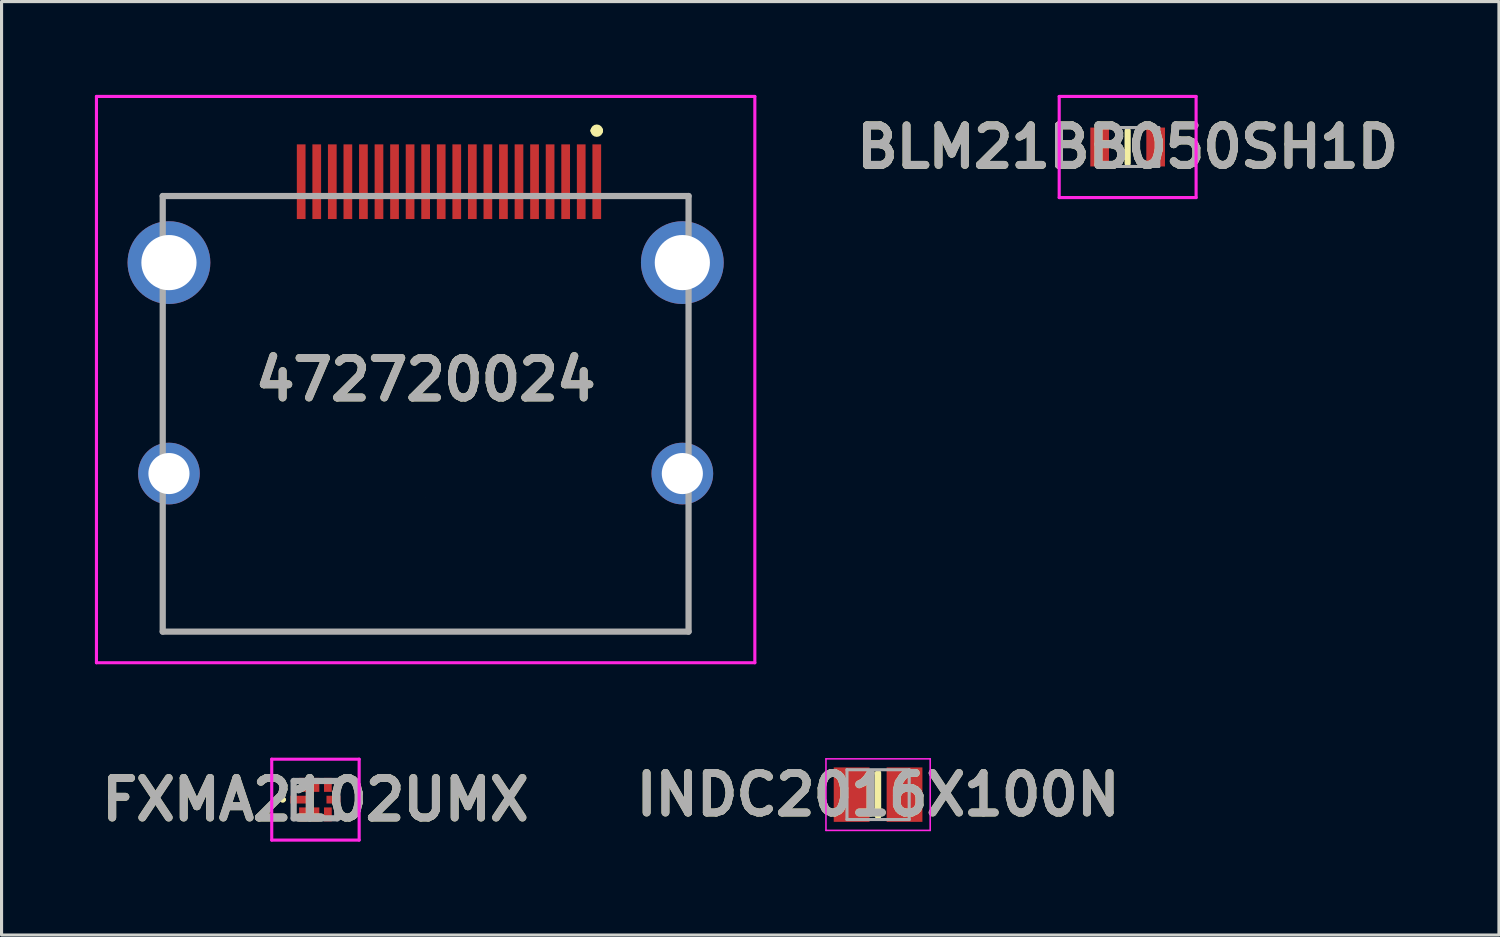
<source format=kicad_pcb>
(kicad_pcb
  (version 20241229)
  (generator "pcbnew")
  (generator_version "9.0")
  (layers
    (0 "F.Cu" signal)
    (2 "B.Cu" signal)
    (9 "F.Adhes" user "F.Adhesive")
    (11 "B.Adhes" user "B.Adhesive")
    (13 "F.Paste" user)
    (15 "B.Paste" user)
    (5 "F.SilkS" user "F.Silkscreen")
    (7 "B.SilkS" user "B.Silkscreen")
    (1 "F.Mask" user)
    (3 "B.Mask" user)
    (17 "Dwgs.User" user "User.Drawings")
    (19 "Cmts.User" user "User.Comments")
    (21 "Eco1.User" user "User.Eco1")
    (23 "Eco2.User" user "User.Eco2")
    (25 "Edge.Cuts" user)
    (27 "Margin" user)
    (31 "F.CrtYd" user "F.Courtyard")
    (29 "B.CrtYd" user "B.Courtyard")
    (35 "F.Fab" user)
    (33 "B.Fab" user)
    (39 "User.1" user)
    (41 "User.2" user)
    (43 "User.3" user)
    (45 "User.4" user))
  (footprint "BLM21BB050SH1D"
    (layer "F.Cu")
    (at 33.192 1.675)
    (property "Reference" "BLM21BB050SH1D" (at 0 0 0) (layer "F.SilkS") (effects (font (size 1.27 1.27) (thickness 0.254))))
    (attr smd)
    (fp_line (start 0 -0.525) (end 0 0.525) (stroke (width 0.2) (type solid)) (layer "F.SilkS"))
    (fp_line (start -2.2 -1.625) (end 2.2 -1.625) (stroke (width 0.1) (type solid)) (layer "F.CrtYd"))
    (fp_line (start -2.2 1.625) (end -2.2 -1.625) (stroke (width 0.1) (type solid)) (layer "F.CrtYd"))
    (fp_line (start 2.2 -1.625) (end 2.2 1.625) (stroke (width 0.1) (type solid)) (layer "F.CrtYd"))
    (fp_line (start 2.2 1.625) (end -2.2 1.625) (stroke (width 0.1) (type solid)) (layer "F.CrtYd"))
    (fp_line (start -1 -0.625) (end 1 -0.625) (stroke (width 0.1) (type solid)) (layer "F.Fab"))
    (fp_line (start -1 0.625) (end -1 -0.625) (stroke (width 0.1) (type solid)) (layer "F.Fab"))
    (fp_line (start 1 -0.625) (end 1 0.625) (stroke (width 0.1) (type solid)) (layer "F.Fab"))
    (fp_line (start 1 0.625) (end -1 0.625) (stroke (width 0.1) (type solid)) (layer "F.Fab"))
    (fp_text user "${REFERENCE}" (at 0 0 0) (layer "F.Fab") (effects (font (size 1.27 1.27) (thickness 0.254))))
    (pad "1" smd rect (at -0.9 0) (size 0.6 1.25) (layers "F.Cu" "F.Mask" "F.Paste"))
    (pad "2" smd rect (at 0.9 0) (size 0.6 1.25) (layers "F.Cu" "F.Mask" "F.Paste")))
  (footprint "472720024"
    (layer "F.Cu")
    (at 10.63 9.15)
    (property "Reference" "472720024" (at 0 0 0) (layer "F.SilkS") (effects (font (size 1.27 1.27) (thickness 0.254))))
    (attr through_hole)
    (fp_line (start -8.45 -5.9) (end -5 -5.9) (stroke (width 0.1) (type solid)) (layer "F.SilkS"))
    (fp_line (start -8.45 5.1) (end -8.45 8.1) (stroke (width 0.1) (type solid)) (layer "F.SilkS"))
    (fp_line (start -8.45 8.1) (end 8.45 8.1) (stroke (width 0.1) (type solid)) (layer "F.SilkS"))
    (fp_line (start 5.4 -8) (end 5.4 -8) (stroke (width 0.2) (type solid)) (layer "F.SilkS"))
    (fp_line (start 5.6 -8) (end 5.6 -8) (stroke (width 0.2) (type solid)) (layer "F.SilkS"))
    (fp_line (start 8.45 -5.9) (end 5.6 -5.9) (stroke (width 0.1) (type solid)) (layer "F.SilkS"))
    (fp_line (start 8.45 8.1) (end 8.45 5.1) (stroke (width 0.1) (type solid)) (layer "F.SilkS"))
    (fp_arc (start 5.4 -8) (mid 5.5 -8.1) (end 5.6 -8) (stroke (width 0.2) (type solid)) (layer "F.SilkS"))
    (fp_arc (start 5.6 -8) (mid 5.5 -7.9) (end 5.4 -8) (stroke (width 0.2) (type solid)) (layer "F.SilkS"))
    (fp_line (start -10.58 -9.1) (end 10.58 -9.1) (stroke (width 0.1) (type solid)) (layer "F.CrtYd"))
    (fp_line (start -10.58 9.1) (end -10.58 -9.1) (stroke (width 0.1) (type solid)) (layer "F.CrtYd"))
    (fp_line (start 10.58 -9.1) (end 10.58 9.1) (stroke (width 0.1) (type solid)) (layer "F.CrtYd"))
    (fp_line (start 10.58 9.1) (end -10.58 9.1) (stroke (width 0.1) (type solid)) (layer "F.CrtYd"))
    (fp_line (start -8.45 -5.9) (end 8.45 -5.9) (stroke (width 0.2) (type solid)) (layer "F.Fab"))
    (fp_line (start -8.45 8.1) (end -8.45 -5.9) (stroke (width 0.2) (type solid)) (layer "F.Fab"))
    (fp_line (start 8.45 -5.9) (end 8.45 8.1) (stroke (width 0.2) (type solid)) (layer "F.Fab"))
    (fp_line (start 8.45 8.1) (end -8.45 8.1) (stroke (width 0.2) (type solid)) (layer "F.Fab"))
    (fp_text user "${REFERENCE}" (at 0 0 0) (layer "F.Fab") (effects (font (size 1.27 1.27) (thickness 0.254))))
    (pad "" np_thru_hole circle (at 0 3.8) (size 0.001 0.001) (drill 1.45) (layers "*.Cu" "*.Mask"))
    (pad "1" smd rect (at 5.5 -6.36) (size 0.28 2.4) (layers "F.Cu" "F.Mask" "F.Paste"))
    (pad "2" smd rect (at 5 -6.36) (size 0.28 2.4) (layers "F.Cu" "F.Mask" "F.Paste"))
    (pad "3" smd rect (at 4.5 -6.36) (size 0.28 2.4) (layers "F.Cu" "F.Mask" "F.Paste"))
    (pad "4" smd rect (at 4 -6.36) (size 0.28 2.4) (layers "F.Cu" "F.Mask" "F.Paste"))
    (pad "5" smd rect (at 3.5 -6.36) (size 0.28 2.4) (layers "F.Cu" "F.Mask" "F.Paste"))
    (pad "6" smd rect (at 3 -6.36) (size 0.28 2.4) (layers "F.Cu" "F.Mask" "F.Paste"))
    (pad "7" smd rect (at 2.5 -6.36) (size 0.28 2.4) (layers "F.Cu" "F.Mask" "F.Paste"))
    (pad "8" smd rect (at 2 -6.36) (size 0.28 2.4) (layers "F.Cu" "F.Mask" "F.Paste"))
    (pad "9" smd rect (at 1.5 -6.36) (size 0.28 2.4) (layers "F.Cu" "F.Mask" "F.Paste"))
    (pad "10" smd rect (at 1 -6.36) (size 0.28 2.4) (layers "F.Cu" "F.Mask" "F.Paste"))
    (pad "11" smd rect (at 0.5 -6.36) (size 0.28 2.4) (layers "F.Cu" "F.Mask" "F.Paste"))
    (pad "12" smd rect (at 0 -6.36) (size 0.28 2.4) (layers "F.Cu" "F.Mask" "F.Paste"))
    (pad "13" smd rect (at -0.5 -6.36) (size 0.28 2.4) (layers "F.Cu" "F.Mask" "F.Paste"))
    (pad "14" smd rect (at -1 -6.36) (size 0.28 2.4) (layers "F.Cu" "F.Mask" "F.Paste"))
    (pad "15" smd rect (at -1.5 -6.36) (size 0.28 2.4) (layers "F.Cu" "F.Mask" "F.Paste"))
    (pad "16" smd rect (at -2 -6.36) (size 0.28 2.4) (layers "F.Cu" "F.Mask" "F.Paste"))
    (pad "17" smd rect (at -2.5 -6.36) (size 0.28 2.4) (layers "F.Cu" "F.Mask" "F.Paste"))
    (pad "18" smd rect (at -3 -6.36) (size 0.28 2.4) (layers "F.Cu" "F.Mask" "F.Paste"))
    (pad "19" smd rect (at -3.5 -6.36) (size 0.28 2.4) (layers "F.Cu" "F.Mask" "F.Paste"))
    (pad "20" smd rect (at -4 -6.36) (size 0.28 2.4) (layers "F.Cu" "F.Mask" "F.Paste"))
    (pad "MH1" thru_hole circle (at -8.25 -3.76) (size 2.66 2.66) (drill 1.773) (layers "*.Cu" "*.Mask"))
    (pad "MH2" thru_hole circle (at -8.25 3.02) (size 1.982 1.982) (drill 1.321) (layers "*.Cu" "*.Mask"))
    (pad "MH3" thru_hole circle (at 8.25 3.02) (size 1.982 1.982) (drill 1.321) (layers "*.Cu" "*.Mask"))
    (pad "MH4" thru_hole circle (at 8.25 -3.76) (size 2.66 2.66) (drill 1.773) (layers "*.Cu" "*.Mask")))
  (footprint "INDC2016X100N"
    (layer "F.Cu")
    (at 25.171 22.489)
    (property "Reference" "INDC2016X100N" (at 0 0 0) (layer "F.SilkS") (effects (font (size 1.27 1.27) (thickness 0.254))))
    (attr smd)
    (fp_line (start 0 -0.7) (end 0 0.7) (stroke (width 0.2) (type solid)) (layer "F.SilkS"))
    (fp_line (start -1.675 -1.15) (end 1.675 -1.15) (stroke (width 0.05) (type solid)) (layer "F.CrtYd"))
    (fp_line (start -1.675 1.15) (end -1.675 -1.15) (stroke (width 0.05) (type solid)) (layer "F.CrtYd"))
    (fp_line (start 1.675 -1.15) (end 1.675 1.15) (stroke (width 0.05) (type solid)) (layer "F.CrtYd"))
    (fp_line (start 1.675 1.15) (end -1.675 1.15) (stroke (width 0.05) (type solid)) (layer "F.CrtYd"))
    (fp_line (start -1 -0.8) (end 1 -0.8) (stroke (width 0.1) (type solid)) (layer "F.Fab"))
    (fp_line (start -1 0.8) (end -1 -0.8) (stroke (width 0.1) (type solid)) (layer "F.Fab"))
    (fp_line (start 1 -0.8) (end 1 0.8) (stroke (width 0.1) (type solid)) (layer "F.Fab"))
    (fp_line (start 1 0.8) (end -1 0.8) (stroke (width 0.1) (type solid)) (layer "F.Fab"))
    (fp_text user "${REFERENCE}" (at 0 0 0) (layer "F.Fab") (effects (font (size 1.27 1.27) (thickness 0.254))))
    (pad "1" smd rect (at -0.85 0) (size 1.15 1.75) (layers "F.Cu" "F.Mask" "F.Paste"))
    (pad "2" smd rect (at 0.85 0) (size 1.15 1.75) (layers "F.Cu" "F.Mask" "F.Paste")))
  (footprint "FXMA2102UMX"
    (layer "F.Cu")
    (at 7.088 22.65)
    (property "Reference" "FXMA2102UMX" (at 0 0 0) (layer "F.SilkS") (effects (font (size 1.27 1.27) (thickness 0.254))))
    (attr smd)
    (fp_line (start -1.1 0) (end -1.1 0) (stroke (width 0.1) (type solid)) (layer "F.SilkS"))
    (fp_line (start -1 0) (end -1 0) (stroke (width 0.1) (type solid)) (layer "F.SilkS"))
    (fp_arc (start -1.1 0) (mid -1.05 -0.05) (end -1 0) (stroke (width 0.1) (type solid)) (layer "F.SilkS"))
    (fp_arc (start -1 0) (mid -1.05 0.05) (end -1.1 0) (stroke (width 0.1) (type solid)) (layer "F.SilkS"))
    (fp_line (start -1.405 -1.3) (end 1.405 -1.3) (stroke (width 0.1) (type solid)) (layer "F.CrtYd"))
    (fp_line (start -1.405 1.3) (end -1.405 -1.3) (stroke (width 0.1) (type solid)) (layer "F.CrtYd"))
    (fp_line (start 1.405 -1.3) (end 1.405 1.3) (stroke (width 0.1) (type solid)) (layer "F.CrtYd"))
    (fp_line (start 1.405 1.3) (end -1.405 1.3) (stroke (width 0.1) (type solid)) (layer "F.CrtYd"))
    (fp_line (start -0.7 -0.6) (end 0.7 -0.6) (stroke (width 0.2) (type solid)) (layer "F.Fab"))
    (fp_line (start -0.7 0.6) (end -0.7 -0.6) (stroke (width 0.2) (type solid)) (layer "F.Fab"))
    (fp_line (start 0.7 -0.6) (end 0.7 0.6) (stroke (width 0.2) (type solid)) (layer "F.Fab"))
    (fp_line (start 0.7 0.6) (end -0.7 0.6) (stroke (width 0.2) (type solid)) (layer "F.Fab"))
    (fp_text user "${REFERENCE}" (at 0 0 0) (layer "F.Fab") (effects (font (size 1.27 1.27) (thickness 0.254))))
    (pad "1" smd rect (at -0.53 0 90) (size 0.25 0.55) (layers "F.Cu" "F.Mask" "F.Paste"))
    (pad "2" smd rect (at -0.4 0.475) (size 0.25 0.45) (layers "F.Cu" "F.Mask" "F.Paste"))
    (pad "3" smd rect (at 0 0.475) (size 0.25 0.45) (layers "F.Cu" "F.Mask" "F.Paste"))
    (pad "4" smd rect (at 0.4 0.475) (size 0.25 0.45) (layers "F.Cu" "F.Mask" "F.Paste"))
    (pad "5" smd rect (at 0.58 0 90) (size 0.25 0.45) (layers "F.Cu" "F.Mask" "F.Paste"))
    (pad "6" smd rect (at 0.4 -0.475) (size 0.25 0.45) (layers "F.Cu" "F.Mask" "F.Paste"))
    (pad "7" smd rect (at 0 -0.475) (size 0.25 0.45) (layers "F.Cu" "F.Mask" "F.Paste"))
    (pad "8" smd rect (at -0.4 -0.475) (size 0.25 0.45) (layers "F.Cu" "F.Mask" "F.Paste")))
  (gr_rect
    (start -3 -3)
    (end 45.125 27)
    (stroke (width 0.1) (type default))
    (fill no)
    (layer "Edge.Cuts")))
</source>
